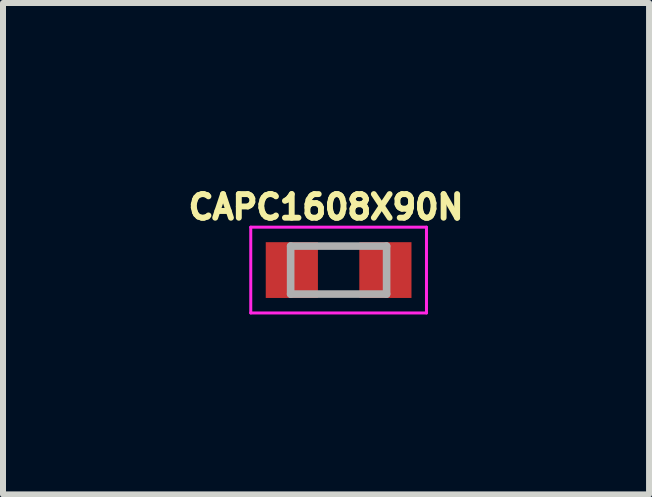
<source format=kicad_pcb>
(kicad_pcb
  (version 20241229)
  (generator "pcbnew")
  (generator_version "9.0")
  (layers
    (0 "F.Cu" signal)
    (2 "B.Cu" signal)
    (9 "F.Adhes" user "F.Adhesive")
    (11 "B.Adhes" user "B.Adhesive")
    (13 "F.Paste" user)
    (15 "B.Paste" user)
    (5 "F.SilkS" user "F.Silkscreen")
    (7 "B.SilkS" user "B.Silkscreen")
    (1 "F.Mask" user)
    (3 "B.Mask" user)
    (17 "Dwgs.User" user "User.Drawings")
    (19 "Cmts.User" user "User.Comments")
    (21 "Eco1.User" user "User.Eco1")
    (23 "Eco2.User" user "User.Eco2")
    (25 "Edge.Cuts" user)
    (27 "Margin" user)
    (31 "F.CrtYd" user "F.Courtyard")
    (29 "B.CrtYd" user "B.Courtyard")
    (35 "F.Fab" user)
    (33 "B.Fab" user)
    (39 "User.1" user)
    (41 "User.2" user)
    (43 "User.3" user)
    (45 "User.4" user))
  (footprint "CAPC1608X90N"
    (layer "F.Cu")
    (at 2.596 1.453)
    (property "Reference" "CAPC1608X90N" (at -0.21 -1.05 0) (layer "F.SilkS") (effects (font (size 0.394 0.394) (thickness 0.15))))
    (attr smd)
    (fp_line (start -1.465 -0.715) (end 1.465 -0.715) (stroke (width 0.05) (type solid)) (layer "F.CrtYd"))
    (fp_line (start -1.465 0.715) (end -1.465 -0.715) (stroke (width 0.05) (type solid)) (layer "F.CrtYd"))
    (fp_line (start -1.465 0.715) (end 1.465 0.715) (stroke (width 0.05) (type solid)) (layer "F.CrtYd"))
    (fp_line (start 1.465 0.715) (end 1.465 -0.715) (stroke (width 0.05) (type solid)) (layer "F.CrtYd"))
    (fp_line (start -0.8 0.4) (end -0.8 -0.4) (stroke (width 0.127) (type solid)) (layer "F.Fab"))
    (fp_line (start 0.8 -0.4) (end -0.8 -0.4) (stroke (width 0.127) (type solid)) (layer "F.Fab"))
    (fp_line (start 0.8 0.4) (end -0.8 0.4) (stroke (width 0.127) (type solid)) (layer "F.Fab"))
    (fp_line (start 0.8 0.4) (end 0.8 -0.4) (stroke (width 0.127) (type solid)) (layer "F.Fab"))
    (pad "1" smd rect (at -0.78 0) (size 0.87 0.93) (layers "F.Cu" "F.Mask" "F.Paste"))
    (pad "2" smd rect (at 0.78 0) (size 0.87 0.93) (layers "F.Cu" "F.Mask" "F.Paste")))
  (gr_rect
    (start -3 -3)
    (end 7.772 5.193)
    (stroke (width 0.1) (type default))
    (fill no)
    (layer "Edge.Cuts")))
</source>
